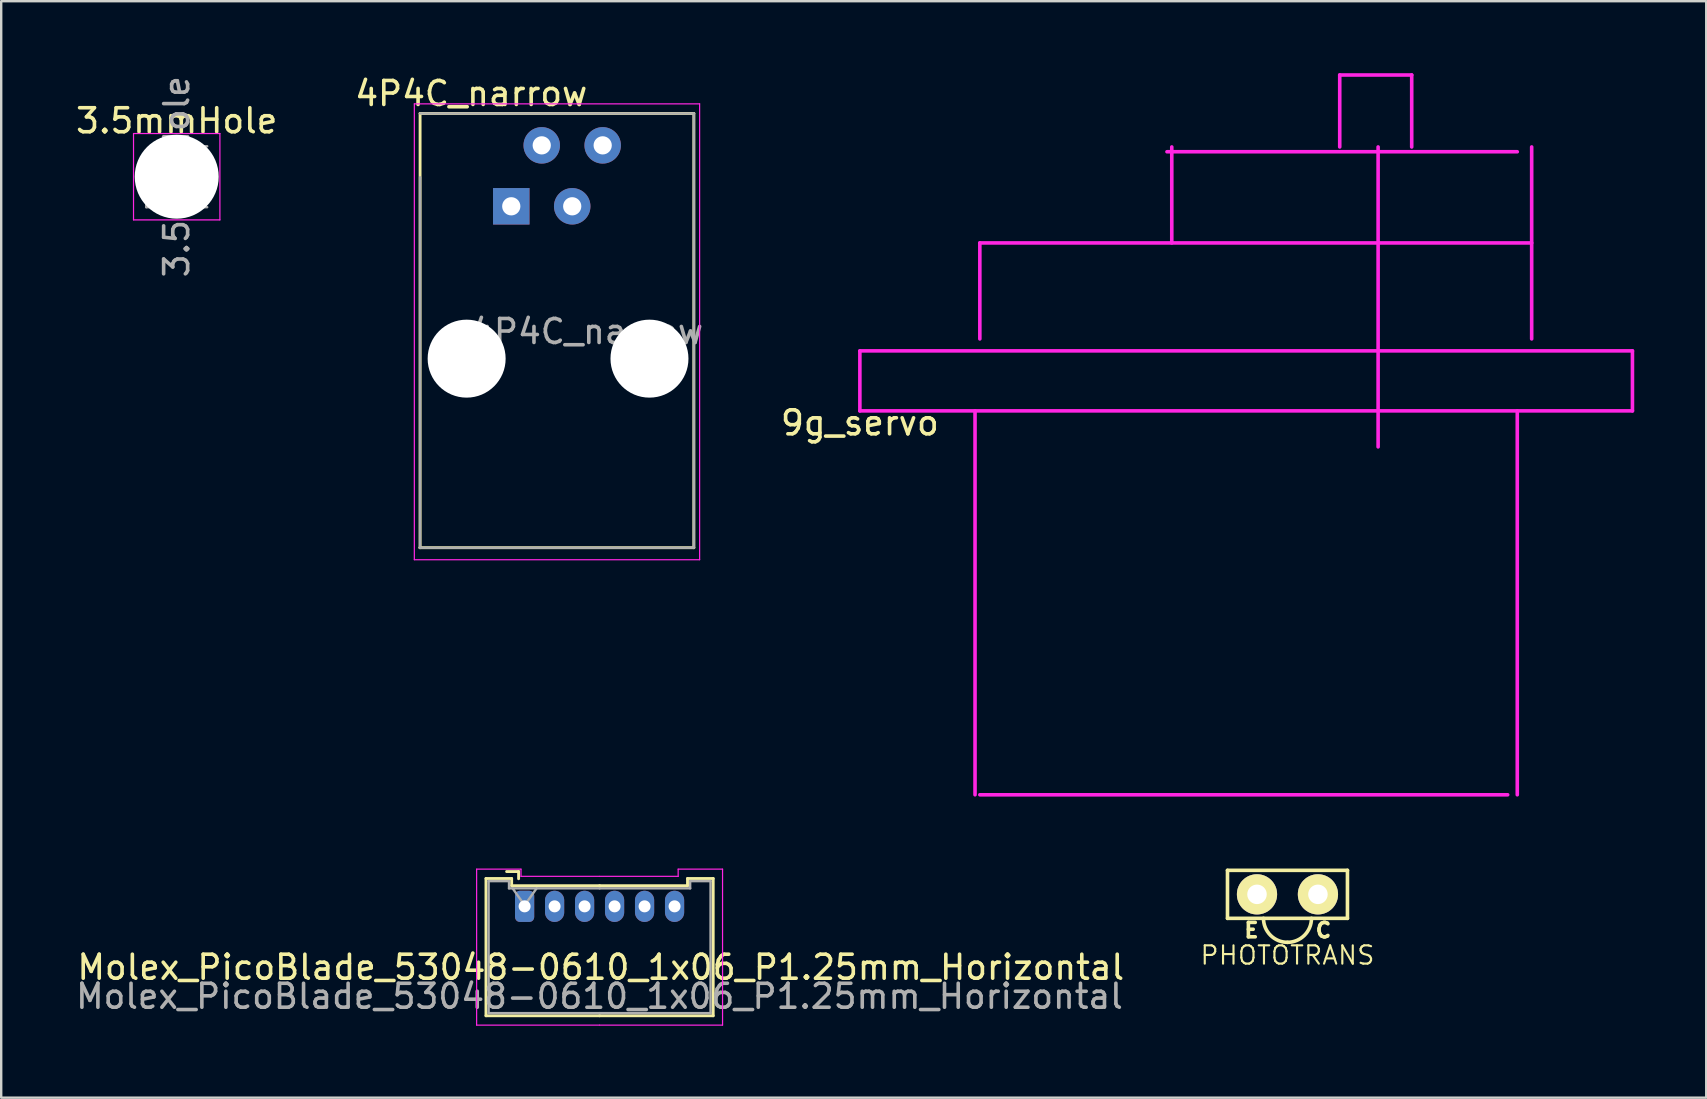
<source format=kicad_pcb>
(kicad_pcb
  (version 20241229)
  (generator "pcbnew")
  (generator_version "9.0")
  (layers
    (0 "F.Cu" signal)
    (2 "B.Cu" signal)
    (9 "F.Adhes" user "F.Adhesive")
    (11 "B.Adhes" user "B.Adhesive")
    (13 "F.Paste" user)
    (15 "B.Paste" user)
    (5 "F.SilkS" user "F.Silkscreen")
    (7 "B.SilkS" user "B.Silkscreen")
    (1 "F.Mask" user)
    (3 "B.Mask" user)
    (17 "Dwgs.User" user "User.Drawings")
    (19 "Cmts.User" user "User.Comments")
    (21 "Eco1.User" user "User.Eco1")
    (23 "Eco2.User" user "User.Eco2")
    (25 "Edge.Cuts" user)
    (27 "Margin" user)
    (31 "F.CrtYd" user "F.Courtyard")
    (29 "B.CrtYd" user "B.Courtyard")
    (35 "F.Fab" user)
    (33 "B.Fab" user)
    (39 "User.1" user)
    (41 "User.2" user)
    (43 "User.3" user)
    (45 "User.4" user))
  (footprint "9g_servo"
    (layer "F.Cu")
    (at 32.788 14.075)
    (property "Reference" "9g_servo" (at 0 0.5 0) (layer "F.SilkS") (effects (font (size 1 1) (thickness 0.15))))
    (attr through_hole)
    (fp_line (start 0 -2.5) (end 0 0) (stroke (width 0.15) (type solid)) (layer "F.CrtYd"))
    (fp_line (start 0 0) (end 32.2 0) (stroke (width 0.15) (type solid)) (layer "F.CrtYd"))
    (fp_line (start 4.8 0) (end 4.8 16) (stroke (width 0.15) (type solid)) (layer "F.CrtYd"))
    (fp_line (start 5 -7) (end 28 -7) (stroke (width 0.15) (type solid)) (layer "F.CrtYd"))
    (fp_line (start 5 -3) (end 5 -7) (stroke (width 0.15) (type solid)) (layer "F.CrtYd"))
    (fp_line (start 5 16) (end 27 16) (stroke (width 0.15) (type solid)) (layer "F.CrtYd"))
    (fp_line (start 12.8 -10.8) (end 27.4 -10.8) (stroke (width 0.15) (type solid)) (layer "F.CrtYd"))
    (fp_line (start 13 -11) (end 13 -7) (stroke (width 0.15) (type solid)) (layer "F.CrtYd"))
    (fp_line (start 20 -14) (end 20 -11) (stroke (width 0.15) (type solid)) (layer "F.CrtYd"))
    (fp_line (start 20 -14) (end 23 -14) (stroke (width 0.15) (type solid)) (layer "F.CrtYd"))
    (fp_line (start 21.6 -11) (end 21.6 1.5) (stroke (width 0.15) (type solid)) (layer "F.CrtYd"))
    (fp_line (start 23 -14) (end 23 -11) (stroke (width 0.15) (type solid)) (layer "F.CrtYd"))
    (fp_line (start 27.4 0) (end 27.4 16) (stroke (width 0.15) (type solid)) (layer "F.CrtYd"))
    (fp_line (start 28 -11) (end 28 -3) (stroke (width 0.15) (type solid)) (layer "F.CrtYd"))
    (fp_line (start 32.2 -2.5) (end 0 -2.5) (stroke (width 0.15) (type solid)) (layer "F.CrtYd"))
    (fp_line (start 32.2 0) (end 32.2 -2.5) (stroke (width 0.15) (type solid)) (layer "F.CrtYd")))
  (footprint "PHOTOTRANS"
    (layer "F.Cu")
    (at 50.61 34.225)
    (property "Reference" "PHOTOTRANS" (at 0 2.54 180) (layer "F.SilkS") (effects (font (size 0.762 0.762) (thickness 0.089))))
    (attr through_hole)
    (fp_line (start -2.5 -1) (end 2.5 -1) (stroke (width 0.15) (type solid)) (layer "F.SilkS"))
    (fp_line (start -2.5 1) (end -2.5 -1) (stroke (width 0.15) (type solid)) (layer "F.SilkS"))
    (fp_line (start 2.5 -1) (end 2.5 1) (stroke (width 0.15) (type solid)) (layer "F.SilkS"))
    (fp_line (start 2.5 1) (end -2.5 1) (stroke (width 0.15) (type solid)) (layer "F.SilkS"))
    (fp_arc (start 0 2) (mid -0.707107 1.707107) (end -1 1) (stroke (width 0.15) (type solid)) (layer "F.SilkS"))
    (fp_arc (start 1 1) (mid 0.707107 1.707107) (end 0 2) (stroke (width 0.15) (type solid)) (layer "F.SilkS"))
    (fp_text user "C" (at 1.5 1.5 0) (layer "F.SilkS") (effects (font (size 0.6 0.6) (thickness 0.15))))
    (fp_text user "E" (at -1.5 1.5 0) (layer "F.SilkS") (effects (font (size 0.6 0.6) (thickness 0.15))))
    (pad "1" thru_hole circle (at 1.27 0 45) (size 1.676 1.676) (drill 0.813) (layers "*.Cu" "*.Mask" "F.SilkS"))
    (pad "2" thru_hole circle (at -1.27 0) (size 1.676 1.676) (drill 0.813) (layers "*.Cu" "*.Mask" "F.SilkS")))
  (footprint "Molex_PicoBlade_53048-0610_1x06_P1.25mm_Horizontal"
    (layer "F.Cu")
    (at 18.815 34.725)
    (property "Reference" "Molex_PicoBlade_53048-0610_1x06_P1.25mm_Horizontal" (at 3.175 2.54 180) (layer "F.SilkS") (effects (font (size 1 1) (thickness 0.15))))
    (attr through_hole)
    (fp_line (start -1.61 -1.16) (end -1.61 4.56) (stroke (width 0.12) (type solid)) (layer "F.SilkS"))
    (fp_line (start -1.61 4.56) (end 3.125 4.56) (stroke (width 0.12) (type solid)) (layer "F.SilkS"))
    (fp_line (start -0.54 -1.16) (end -1.61 -1.16) (stroke (width 0.12) (type solid)) (layer "F.SilkS"))
    (fp_line (start -0.54 -0.86) (end -0.54 -1.16) (stroke (width 0.12) (type solid)) (layer "F.SilkS"))
    (fp_line (start -0.25 -1.45) (end -0.75 -1.45) (stroke (width 0.12) (type solid)) (layer "F.SilkS"))
    (fp_line (start -0.25 -1.15) (end -0.25 -1.45) (stroke (width 0.12) (type solid)) (layer "F.SilkS"))
    (fp_line (start 3.125 -0.86) (end -0.54 -0.86) (stroke (width 0.12) (type solid)) (layer "F.SilkS"))
    (fp_line (start 3.125 -0.86) (end 6.79 -0.86) (stroke (width 0.12) (type solid)) (layer "F.SilkS"))
    (fp_line (start 6.79 -1.16) (end 7.86 -1.16) (stroke (width 0.12) (type solid)) (layer "F.SilkS"))
    (fp_line (start 6.79 -0.86) (end 6.79 -1.16) (stroke (width 0.12) (type solid)) (layer "F.SilkS"))
    (fp_line (start 7.86 -1.16) (end 7.86 4.56) (stroke (width 0.12) (type solid)) (layer "F.SilkS"))
    (fp_line (start 7.86 4.56) (end 3.125 4.56) (stroke (width 0.12) (type solid)) (layer "F.SilkS"))
    (fp_line (start -2 -1.55) (end -2 4.95) (stroke (width 0.05) (type solid)) (layer "F.CrtYd"))
    (fp_line (start -2 4.95) (end 3.12 4.95) (stroke (width 0.05) (type solid)) (layer "F.CrtYd"))
    (fp_line (start -0.15 -1.55) (end -2 -1.55) (stroke (width 0.05) (type solid)) (layer "F.CrtYd"))
    (fp_line (start -0.15 -1.25) (end -0.15 -1.55) (stroke (width 0.05) (type solid)) (layer "F.CrtYd"))
    (fp_line (start 3.12 -1.25) (end -0.15 -1.25) (stroke (width 0.05) (type solid)) (layer "F.CrtYd"))
    (fp_line (start 3.13 -1.25) (end 6.4 -1.25) (stroke (width 0.05) (type solid)) (layer "F.CrtYd"))
    (fp_line (start 6.4 -1.55) (end 8.25 -1.55) (stroke (width 0.05) (type solid)) (layer "F.CrtYd"))
    (fp_line (start 6.4 -1.25) (end 6.4 -1.55) (stroke (width 0.05) (type solid)) (layer "F.CrtYd"))
    (fp_line (start 8.25 -1.55) (end 8.25 4.95) (stroke (width 0.05) (type solid)) (layer "F.CrtYd"))
    (fp_line (start 8.25 4.95) (end 3.13 4.95) (stroke (width 0.05) (type solid)) (layer "F.CrtYd"))
    (fp_line (start -1.5 -1.05) (end -1.5 4.45) (stroke (width 0.1) (type solid)) (layer "F.Fab"))
    (fp_line (start -1.5 4.45) (end 3.125 4.45) (stroke (width 0.1) (type solid)) (layer "F.Fab"))
    (fp_line (start -0.65 -1.05) (end -1.5 -1.05) (stroke (width 0.1) (type solid)) (layer "F.Fab"))
    (fp_line (start -0.65 -0.75) (end -0.65 -1.05) (stroke (width 0.1) (type solid)) (layer "F.Fab"))
    (fp_line (start -0.5 -0.75) (end 0 -0.043) (stroke (width 0.1) (type solid)) (layer "F.Fab"))
    (fp_line (start 0 -0.043) (end 0.5 -0.75) (stroke (width 0.1) (type solid)) (layer "F.Fab"))
    (fp_line (start 3.125 -0.75) (end -0.65 -0.75) (stroke (width 0.1) (type solid)) (layer "F.Fab"))
    (fp_line (start 3.125 -0.75) (end 6.9 -0.75) (stroke (width 0.1) (type solid)) (layer "F.Fab"))
    (fp_line (start 6.9 -1.05) (end 7.75 -1.05) (stroke (width 0.1) (type solid)) (layer "F.Fab"))
    (fp_line (start 6.9 -0.75) (end 6.9 -1.05) (stroke (width 0.1) (type solid)) (layer "F.Fab"))
    (fp_line (start 7.75 -1.05) (end 7.75 4.45) (stroke (width 0.1) (type solid)) (layer "F.Fab"))
    (fp_line (start 7.75 4.45) (end 3.125 4.45) (stroke (width 0.1) (type solid)) (layer "F.Fab"))
    (fp_text user "${REFERENCE}" (at 3.12 3.75 180) (layer "F.Fab") (effects (font (size 1 1) (thickness 0.15))))
    (pad "1" thru_hole roundrect (at 0 0) (size 0.8 1.3) (drill 0.5) (layers "*.Cu" "*.Mask") (roundrect_rratio 0.25))
    (pad "2" thru_hole oval (at 1.25 0) (size 0.8 1.3) (drill 0.5) (layers "*.Cu" "*.Mask"))
    (pad "3" thru_hole oval (at 2.5 0) (size 0.8 1.3) (drill 0.5) (layers "*.Cu" "*.Mask"))
    (pad "4" thru_hole oval (at 3.75 0) (size 0.8 1.3) (drill 0.5) (layers "*.Cu" "*.Mask"))
    (pad "5" thru_hole oval (at 5 0) (size 0.8 1.3) (drill 0.5) (layers "*.Cu" "*.Mask"))
    (pad "6" thru_hole oval (at 6.25 0) (size 0.8 1.3) (drill 0.5) (layers "*.Cu" "*.Mask")))
  (footprint "3.5mmHole"
    (layer "F.Cu")
    (at 4.315 4.315)
    (property "Reference" "3.5mmHole" (at 0 -2.33 0) (layer "F.SilkS") (effects (font (size 1 1) (thickness 0.15))))
    (attr through_hole)
    (fp_line (start -1.8 -1.8) (end -1.8 1.8) (stroke (width 0.05) (type solid)) (layer "F.CrtYd"))
    (fp_line (start -1.8 1.8) (end 1.8 1.8) (stroke (width 0.05) (type solid)) (layer "F.CrtYd"))
    (fp_line (start 1.8 -1.8) (end -1.8 -1.8) (stroke (width 0.05) (type solid)) (layer "F.CrtYd"))
    (fp_line (start 1.8 1.8) (end 1.8 -1.8) (stroke (width 0.05) (type solid)) (layer "F.CrtYd"))
    (fp_line (start -1.27 -0.635) (end -0.635 -1.27) (stroke (width 0.1) (type solid)) (layer "F.Fab"))
    (fp_line (start -1.27 1.27) (end -1.27 -0.635) (stroke (width 0.1) (type solid)) (layer "F.Fab"))
    (fp_line (start -0.635 -1.27) (end 1.27 -1.27) (stroke (width 0.1) (type solid)) (layer "F.Fab"))
    (fp_line (start 1.27 1.27) (end -1.27 1.27) (stroke (width 0.1) (type solid)) (layer "F.Fab"))
    (fp_text user "${REFERENCE}" (at 0 0 90) (layer "F.Fab") (effects (font (size 1 1) (thickness 0.15))))
    (pad "" np_thru_hole circle (at 0 0) (size 3.5 3.5) (drill 3.5) (layers "*.Cu")))
  (footprint "4P4C_narrow"
    (layer "F.Cu")
    (at 18.259 3.008)
    (property "Reference" "4P4C_narrow" (at -1.67 -2.16 0) (layer "F.SilkS") (effects (font (size 1 1) (thickness 0.15))))
    (attr through_hole)
    (fp_line (start -3.8 -1.33) (end 7.61 -1.33) (stroke (width 0.12) (type solid)) (layer "F.SilkS"))
    (fp_line (start -3.8 16.77) (end -3.8 -1.33) (stroke (width 0.12) (type solid)) (layer "F.SilkS"))
    (fp_line (start 7.61 -1.33) (end 7.61 16.77) (stroke (width 0.12) (type solid)) (layer "F.SilkS"))
    (fp_line (start 7.61 16.77) (end -3.81 16.77) (stroke (width 0.12) (type solid)) (layer "F.SilkS"))
    (fp_line (start -4.04 -1.73) (end 7.85 -1.73) (stroke (width 0.05) (type solid)) (layer "F.CrtYd"))
    (fp_line (start -4.04 17.27) (end -4.04 -1.73) (stroke (width 0.05) (type solid)) (layer "F.CrtYd"))
    (fp_line (start 7.85 -1.73) (end 7.85 17.27) (stroke (width 0.05) (type solid)) (layer "F.CrtYd"))
    (fp_line (start 7.85 17.27) (end -4.04 17.27) (stroke (width 0.05) (type solid)) (layer "F.CrtYd"))
    (fp_line (start -3.8 -1.33) (end 7.61 -1.33) (stroke (width 0.1) (type solid)) (layer "F.Fab"))
    (fp_line (start -3.8 16.77) (end -3.8 1.33) (stroke (width 0.1) (type solid)) (layer "F.Fab"))
    (fp_line (start 7.61 -1.33) (end 7.61 16.77) (stroke (width 0.1) (type solid)) (layer "F.Fab"))
    (fp_line (start 7.61 16.77) (end -3.81 16.77) (stroke (width 0.1) (type solid)) (layer "F.Fab"))
    (fp_text user "${REFERENCE}" (at 3.16 7.76 0) (layer "F.Fab") (effects (font (size 1 1) (thickness 0.15))))
    (pad "" np_thru_hole circle (at -1.86 8.89) (size 3.25 3.25) (drill 3.25) (layers "*.Cu" "*.Mask"))
    (pad "" np_thru_hole circle (at 5.76 8.89) (size 3.25 3.25) (drill 3.25) (layers "*.Cu" "*.Mask"))
    (pad "1" thru_hole rect (at 0 2.54) (size 1.52 1.52) (drill 0.76) (layers "*.Cu" "*.Mask"))
    (pad "2" thru_hole circle (at 1.27 0) (size 1.52 1.52) (drill 0.76) (layers "*.Cu" "*.Mask"))
    (pad "3" thru_hole circle (at 2.54 2.54) (size 1.52 1.52) (drill 0.76) (layers "*.Cu" "*.Mask"))
    (pad "4" thru_hole circle (at 3.81 0) (size 1.52 1.52) (drill 0.76) (layers "*.Cu" "*.Mask")))
  (gr_rect
    (start -3 -3)
    (end 68.063 42.7)
    (stroke (width 0.1) (type default))
    (fill no)
    (layer "Edge.Cuts")))
</source>
